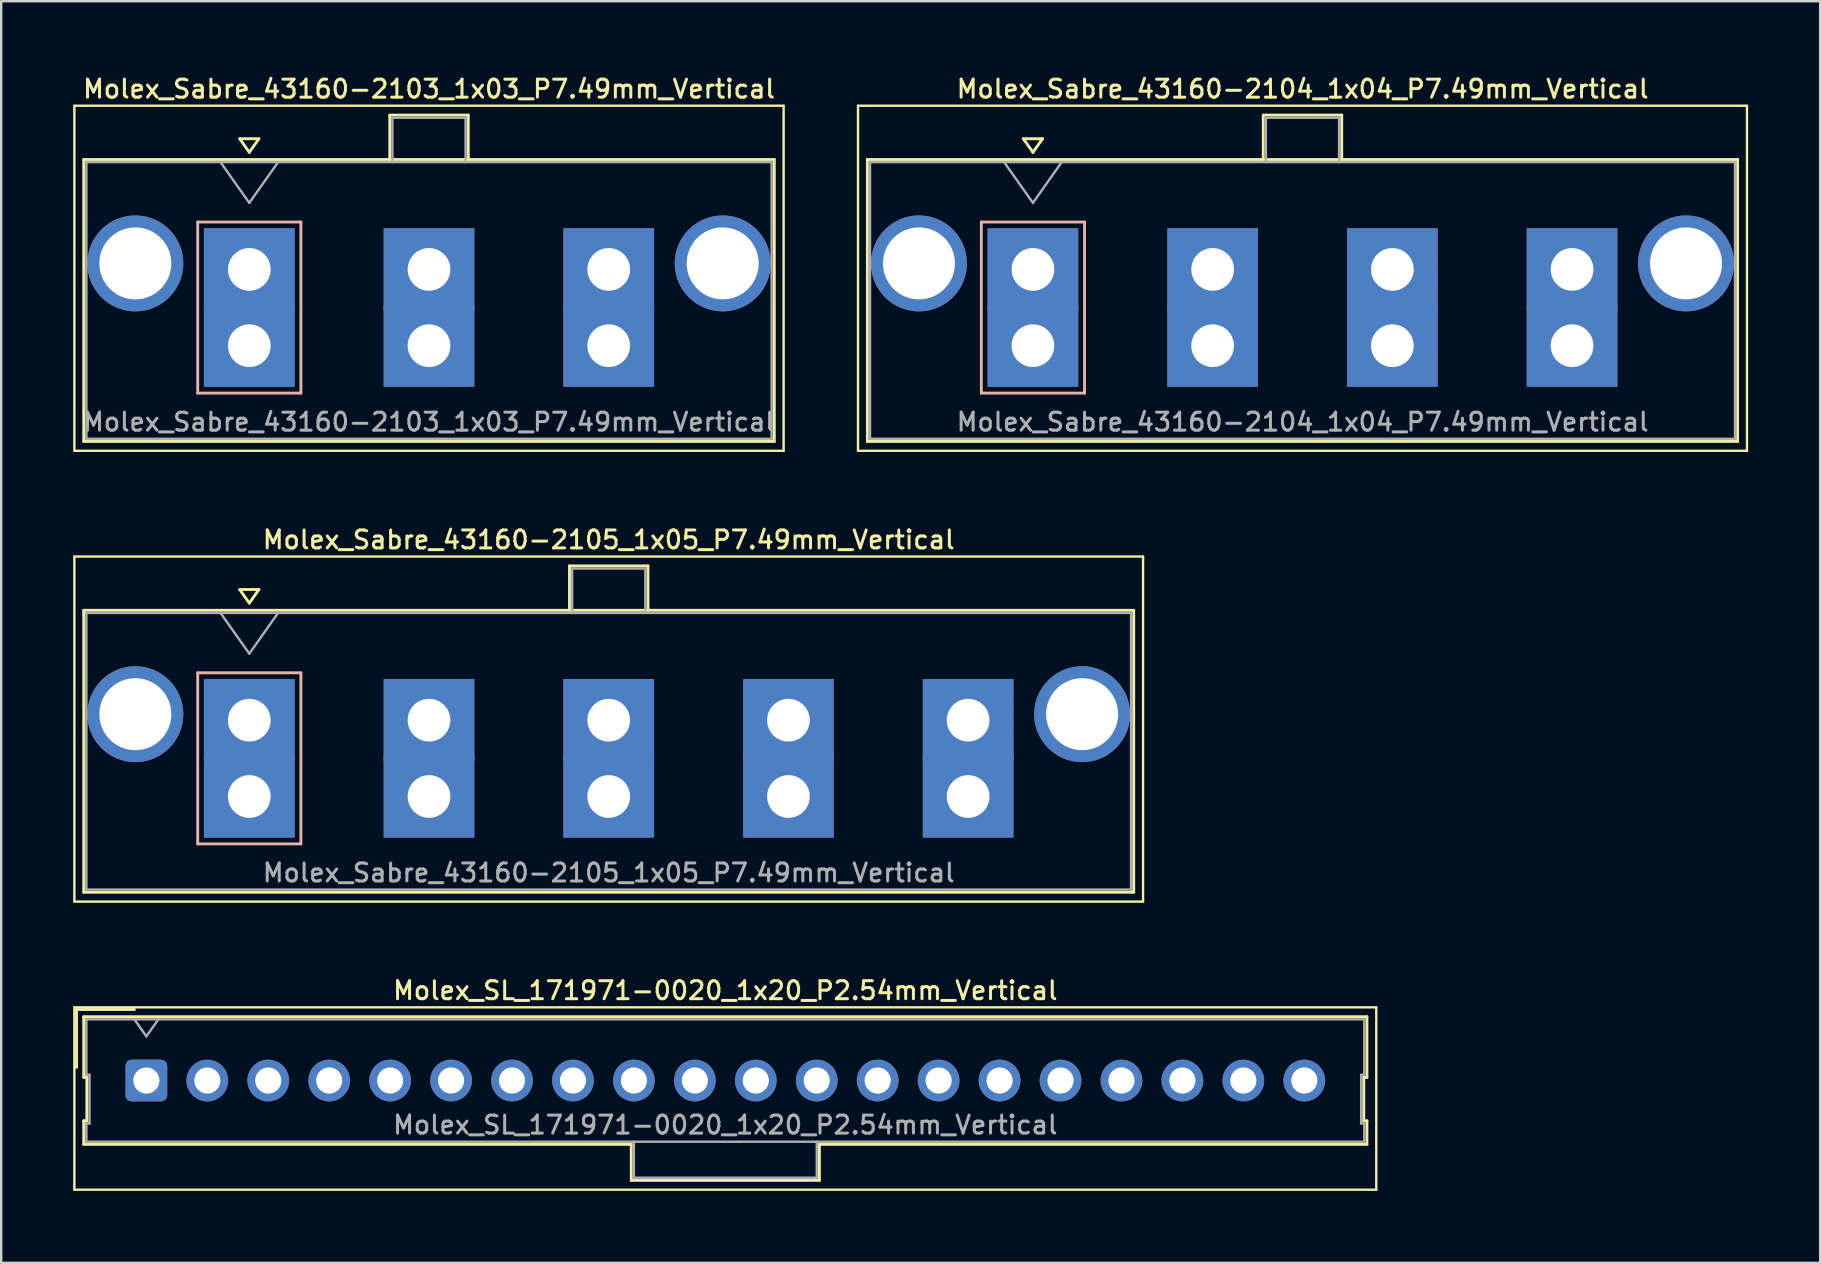
<source format=kicad_pcb>
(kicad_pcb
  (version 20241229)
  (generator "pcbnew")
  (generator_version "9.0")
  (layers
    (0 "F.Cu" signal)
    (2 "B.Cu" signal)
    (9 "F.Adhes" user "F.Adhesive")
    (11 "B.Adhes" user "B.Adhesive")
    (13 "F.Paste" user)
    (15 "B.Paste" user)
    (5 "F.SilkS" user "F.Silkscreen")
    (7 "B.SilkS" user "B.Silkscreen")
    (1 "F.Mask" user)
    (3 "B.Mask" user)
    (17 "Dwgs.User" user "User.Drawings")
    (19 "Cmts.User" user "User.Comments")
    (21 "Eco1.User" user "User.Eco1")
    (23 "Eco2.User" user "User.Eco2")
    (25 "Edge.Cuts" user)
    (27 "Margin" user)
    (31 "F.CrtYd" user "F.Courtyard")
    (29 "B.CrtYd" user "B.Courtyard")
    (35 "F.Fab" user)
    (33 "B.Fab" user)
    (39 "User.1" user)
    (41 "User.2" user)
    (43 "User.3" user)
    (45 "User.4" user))
  (footprint "Molex_Sabre_43160-2104_1x04_P7.49mm_Vertical"
    (layer "F.Cu")
    (at 40 11.358)
    (property "Reference" "Molex_Sabre_43160-2104_1x04_P7.49mm_Vertical" (at 11.24 -10.7 0) (layer "F.SilkS") (effects (font (size 0.75 0.75) (thickness 0.125))))
    (attr through_hole)
    (fp_line (start -7.29 -10) (end -7.29 4.38) (stroke (width 0.1) (type solid)) (layer "F.SilkS"))
    (fp_line (start -7.29 4.38) (end 29.76 4.38) (stroke (width 0.1) (type solid)) (layer "F.SilkS"))
    (fp_line (start -6.9 -7.76) (end -6.9 3.99) (stroke (width 0.12) (type solid)) (layer "F.SilkS"))
    (fp_line (start -6.9 3.99) (end 29.37 3.99) (stroke (width 0.12) (type solid)) (layer "F.SilkS"))
    (fp_line (start -0.4 -8.626) (end 0 -8.06) (stroke (width 0.12) (type solid)) (layer "F.SilkS"))
    (fp_line (start 0 -8.06) (end 0.4 -8.626) (stroke (width 0.12) (type solid)) (layer "F.SilkS"))
    (fp_line (start 0.4 -8.626) (end -0.4 -8.626) (stroke (width 0.12) (type solid)) (layer "F.SilkS"))
    (fp_line (start 9.6 -9.61) (end 12.87 -9.61) (stroke (width 0.12) (type solid)) (layer "F.SilkS"))
    (fp_line (start 9.6 -7.76) (end 9.6 -9.61) (stroke (width 0.12) (type solid)) (layer "F.SilkS"))
    (fp_line (start 12.87 -9.61) (end 12.87 -7.76) (stroke (width 0.12) (type solid)) (layer "F.SilkS"))
    (fp_line (start 29.37 -7.76) (end -6.9 -7.76) (stroke (width 0.12) (type solid)) (layer "F.SilkS"))
    (fp_line (start 29.37 3.99) (end 29.37 -7.76) (stroke (width 0.12) (type solid)) (layer "F.SilkS"))
    (fp_line (start 29.76 -10) (end -7.29 -10) (stroke (width 0.1) (type solid)) (layer "F.SilkS"))
    (fp_line (start 29.76 4.38) (end 29.76 -10) (stroke (width 0.1) (type solid)) (layer "F.SilkS"))
    (fp_line (start -2.15 -5.155) (end -2.15 1.975) (stroke (width 0.12) (type solid)) (layer "B.SilkS"))
    (fp_line (start -2.15 1.975) (end 2.15 1.975) (stroke (width 0.12) (type solid)) (layer "B.SilkS"))
    (fp_line (start 2.15 -5.155) (end -2.15 -5.155) (stroke (width 0.12) (type solid)) (layer "B.SilkS"))
    (fp_line (start 2.15 1.975) (end 2.15 -5.155) (stroke (width 0.12) (type solid)) (layer "B.SilkS"))
    (fp_line (start -6.79 -7.65) (end -6.79 3.88) (stroke (width 0.1) (type solid)) (layer "F.Fab"))
    (fp_line (start -6.79 3.88) (end 29.26 3.88) (stroke (width 0.1) (type solid)) (layer "F.Fab"))
    (fp_line (start -1.2 -7.65) (end 0 -5.953) (stroke (width 0.1) (type solid)) (layer "F.Fab"))
    (fp_line (start 0 -5.953) (end 1.2 -7.65) (stroke (width 0.1) (type solid)) (layer "F.Fab"))
    (fp_line (start 9.71 -9.5) (end 12.76 -9.5) (stroke (width 0.1) (type solid)) (layer "F.Fab"))
    (fp_line (start 9.71 -7.65) (end 9.71 -9.5) (stroke (width 0.1) (type solid)) (layer "F.Fab"))
    (fp_line (start 12.76 -9.5) (end 12.76 -7.65) (stroke (width 0.1) (type solid)) (layer "F.Fab"))
    (fp_line (start 29.26 -7.65) (end -6.79 -7.65) (stroke (width 0.1) (type solid)) (layer "F.Fab"))
    (fp_line (start 29.26 3.88) (end 29.26 -7.65) (stroke (width 0.1) (type solid)) (layer "F.Fab"))
    (fp_text user "${REFERENCE}" (at 11.24 3.18 0) (layer "F.Fab") (effects (font (size 0.75 0.75) (thickness 0.125))))
    (pad "" thru_hole circle (at -4.75 -3.43) (size 4 4) (drill 3) (layers "*.Cu" "*.Mask"))
    (pad "" thru_hole circle (at 27.22 -3.43) (size 4 4) (drill 3) (layers "*.Cu" "*.Mask"))
    (pad "1" thru_hole rect (at 0 -3.18) (size 3.78 3.43) (drill 1.78) (layers "*.Cu" "*.Mask"))
    (pad "1" thru_hole rect (at 0 0) (size 3.78 3.43) (drill 1.78) (layers "*.Cu" "*.Mask"))
    (pad "2" thru_hole rect (at 7.49 -3.18) (size 3.78 3.43) (drill 1.78) (layers "*.Cu" "*.Mask"))
    (pad "2" thru_hole rect (at 7.49 0) (size 3.78 3.43) (drill 1.78) (layers "*.Cu" "*.Mask"))
    (pad "3" thru_hole rect (at 14.98 -3.18) (size 3.78 3.43) (drill 1.78) (layers "*.Cu" "*.Mask"))
    (pad "3" thru_hole rect (at 14.98 0) (size 3.78 3.43) (drill 1.78) (layers "*.Cu" "*.Mask"))
    (pad "4" thru_hole rect (at 22.47 -3.18) (size 3.78 3.43) (drill 1.78) (layers "*.Cu" "*.Mask"))
    (pad "4" thru_hole rect (at 22.47 0) (size 3.78 3.43) (drill 1.78) (layers "*.Cu" "*.Mask")))
  (footprint "Molex_Sabre_43160-2105_1x05_P7.49mm_Vertical"
    (layer "F.Cu")
    (at 7.34 30.146)
    (property "Reference" "Molex_Sabre_43160-2105_1x05_P7.49mm_Vertical" (at 14.98 -10.7 0) (layer "F.SilkS") (effects (font (size 0.75 0.75) (thickness 0.125))))
    (attr through_hole)
    (fp_line (start -7.29 -10) (end -7.29 4.38) (stroke (width 0.1) (type solid)) (layer "F.SilkS"))
    (fp_line (start -7.29 4.38) (end 37.25 4.38) (stroke (width 0.1) (type solid)) (layer "F.SilkS"))
    (fp_line (start -6.9 -7.76) (end -6.9 3.99) (stroke (width 0.12) (type solid)) (layer "F.SilkS"))
    (fp_line (start -6.9 3.99) (end 36.86 3.99) (stroke (width 0.12) (type solid)) (layer "F.SilkS"))
    (fp_line (start -0.4 -8.626) (end 0 -8.06) (stroke (width 0.12) (type solid)) (layer "F.SilkS"))
    (fp_line (start 0 -8.06) (end 0.4 -8.626) (stroke (width 0.12) (type solid)) (layer "F.SilkS"))
    (fp_line (start 0.4 -8.626) (end -0.4 -8.626) (stroke (width 0.12) (type solid)) (layer "F.SilkS"))
    (fp_line (start 13.345 -9.61) (end 16.615 -9.61) (stroke (width 0.12) (type solid)) (layer "F.SilkS"))
    (fp_line (start 13.345 -7.76) (end 13.345 -9.61) (stroke (width 0.12) (type solid)) (layer "F.SilkS"))
    (fp_line (start 16.615 -9.61) (end 16.615 -7.76) (stroke (width 0.12) (type solid)) (layer "F.SilkS"))
    (fp_line (start 36.86 -7.76) (end -6.9 -7.76) (stroke (width 0.12) (type solid)) (layer "F.SilkS"))
    (fp_line (start 36.86 3.99) (end 36.86 -7.76) (stroke (width 0.12) (type solid)) (layer "F.SilkS"))
    (fp_line (start 37.25 -10) (end -7.29 -10) (stroke (width 0.1) (type solid)) (layer "F.SilkS"))
    (fp_line (start 37.25 4.38) (end 37.25 -10) (stroke (width 0.1) (type solid)) (layer "F.SilkS"))
    (fp_line (start -2.15 -5.155) (end -2.15 1.975) (stroke (width 0.12) (type solid)) (layer "B.SilkS"))
    (fp_line (start -2.15 1.975) (end 2.15 1.975) (stroke (width 0.12) (type solid)) (layer "B.SilkS"))
    (fp_line (start 2.15 -5.155) (end -2.15 -5.155) (stroke (width 0.12) (type solid)) (layer "B.SilkS"))
    (fp_line (start 2.15 1.975) (end 2.15 -5.155) (stroke (width 0.12) (type solid)) (layer "B.SilkS"))
    (fp_line (start -6.79 -7.65) (end -6.79 3.88) (stroke (width 0.1) (type solid)) (layer "F.Fab"))
    (fp_line (start -6.79 3.88) (end 36.75 3.88) (stroke (width 0.1) (type solid)) (layer "F.Fab"))
    (fp_line (start -1.2 -7.65) (end 0 -5.953) (stroke (width 0.1) (type solid)) (layer "F.Fab"))
    (fp_line (start 0 -5.953) (end 1.2 -7.65) (stroke (width 0.1) (type solid)) (layer "F.Fab"))
    (fp_line (start 13.455 -9.5) (end 16.505 -9.5) (stroke (width 0.1) (type solid)) (layer "F.Fab"))
    (fp_line (start 13.455 -7.65) (end 13.455 -9.5) (stroke (width 0.1) (type solid)) (layer "F.Fab"))
    (fp_line (start 16.505 -9.5) (end 16.505 -7.65) (stroke (width 0.1) (type solid)) (layer "F.Fab"))
    (fp_line (start 36.75 -7.65) (end -6.79 -7.65) (stroke (width 0.1) (type solid)) (layer "F.Fab"))
    (fp_line (start 36.75 3.88) (end 36.75 -7.65) (stroke (width 0.1) (type solid)) (layer "F.Fab"))
    (fp_text user "${REFERENCE}" (at 14.98 3.18 0) (layer "F.Fab") (effects (font (size 0.75 0.75) (thickness 0.125))))
    (pad "" thru_hole circle (at -4.75 -3.43) (size 4 4) (drill 3) (layers "*.Cu" "*.Mask"))
    (pad "" thru_hole circle (at 34.71 -3.43) (size 4 4) (drill 3) (layers "*.Cu" "*.Mask"))
    (pad "1" thru_hole rect (at 0 -3.18) (size 3.78 3.43) (drill 1.78) (layers "*.Cu" "*.Mask"))
    (pad "1" thru_hole rect (at 0 0) (size 3.78 3.43) (drill 1.78) (layers "*.Cu" "*.Mask"))
    (pad "2" thru_hole rect (at 7.49 -3.18) (size 3.78 3.43) (drill 1.78) (layers "*.Cu" "*.Mask"))
    (pad "2" thru_hole rect (at 7.49 0) (size 3.78 3.43) (drill 1.78) (layers "*.Cu" "*.Mask"))
    (pad "3" thru_hole rect (at 14.98 -3.18) (size 3.78 3.43) (drill 1.78) (layers "*.Cu" "*.Mask"))
    (pad "3" thru_hole rect (at 14.98 0) (size 3.78 3.43) (drill 1.78) (layers "*.Cu" "*.Mask"))
    (pad "4" thru_hole rect (at 22.47 -3.18) (size 3.78 3.43) (drill 1.78) (layers "*.Cu" "*.Mask"))
    (pad "4" thru_hole rect (at 22.47 0) (size 3.78 3.43) (drill 1.78) (layers "*.Cu" "*.Mask"))
    (pad "5" thru_hole rect (at 29.96 -3.18) (size 3.78 3.43) (drill 1.78) (layers "*.Cu" "*.Mask"))
    (pad "5" thru_hole rect (at 29.96 0) (size 3.78 3.43) (drill 1.78) (layers "*.Cu" "*.Mask")))
  (footprint "Molex_SL_171971-0020_1x20_P2.54mm_Vertical"
    (layer "F.Cu")
    (at 3.05 41.984)
    (property "Reference" "Molex_SL_171971-0020_1x20_P2.54mm_Vertical" (at 24.13 -3.75 0) (layer "F.SilkS") (effects (font (size 0.75 0.75) (thickness 0.125))))
    (attr through_hole)
    (fp_line (start -3 -3.05) (end -3 4.55) (stroke (width 0.1) (type solid)) (layer "F.SilkS"))
    (fp_line (start -3 4.55) (end 51.26 4.55) (stroke (width 0.1) (type solid)) (layer "F.SilkS"))
    (fp_line (start -2.91 -2.96) (end -0.5 -2.96) (stroke (width 0.12) (type solid)) (layer "F.SilkS"))
    (fp_line (start -2.91 -0.55) (end -2.91 -2.96) (stroke (width 0.12) (type solid)) (layer "F.SilkS"))
    (fp_line (start -2.61 -2.66) (end -2.61 -0.13) (stroke (width 0.12) (type solid)) (layer "F.SilkS"))
    (fp_line (start -2.61 -0.13) (end -2.48 -0.13) (stroke (width 0.12) (type solid)) (layer "F.SilkS"))
    (fp_line (start -2.61 1.68) (end -2.61 2.66) (stroke (width 0.12) (type solid)) (layer "F.SilkS"))
    (fp_line (start -2.61 2.66) (end 20.21 2.66) (stroke (width 0.12) (type solid)) (layer "F.SilkS"))
    (fp_line (start -2.48 -0.13) (end -2.48 1.68) (stroke (width 0.12) (type solid)) (layer "F.SilkS"))
    (fp_line (start -2.48 1.68) (end -2.61 1.68) (stroke (width 0.12) (type solid)) (layer "F.SilkS"))
    (fp_line (start 20.21 2.66) (end 20.21 4.16) (stroke (width 0.12) (type solid)) (layer "F.SilkS"))
    (fp_line (start 20.21 4.16) (end 28.05 4.16) (stroke (width 0.12) (type solid)) (layer "F.SilkS"))
    (fp_line (start 28.05 2.66) (end 50.87 2.66) (stroke (width 0.12) (type solid)) (layer "F.SilkS"))
    (fp_line (start 28.05 4.16) (end 28.05 2.66) (stroke (width 0.12) (type solid)) (layer "F.SilkS"))
    (fp_line (start 50.74 -0.13) (end 50.87 -0.13) (stroke (width 0.12) (type solid)) (layer "F.SilkS"))
    (fp_line (start 50.74 1.68) (end 50.74 -0.13) (stroke (width 0.12) (type solid)) (layer "F.SilkS"))
    (fp_line (start 50.87 -2.66) (end -2.61 -2.66) (stroke (width 0.12) (type solid)) (layer "F.SilkS"))
    (fp_line (start 50.87 -0.13) (end 50.87 -2.66) (stroke (width 0.12) (type solid)) (layer "F.SilkS"))
    (fp_line (start 50.87 1.68) (end 50.74 1.68) (stroke (width 0.12) (type solid)) (layer "F.SilkS"))
    (fp_line (start 50.87 2.66) (end 50.87 1.68) (stroke (width 0.12) (type solid)) (layer "F.SilkS"))
    (fp_line (start 51.26 -3.05) (end -3 -3.05) (stroke (width 0.1) (type solid)) (layer "F.SilkS"))
    (fp_line (start 51.26 4.55) (end 51.26 -3.05) (stroke (width 0.1) (type solid)) (layer "F.SilkS"))
    (fp_line (start -2.5 -2.55) (end -2.5 -0.24) (stroke (width 0.1) (type solid)) (layer "F.Fab"))
    (fp_line (start -2.5 -0.24) (end -2.37 -0.24) (stroke (width 0.1) (type solid)) (layer "F.Fab"))
    (fp_line (start -2.5 1.79) (end -2.5 2.55) (stroke (width 0.1) (type solid)) (layer "F.Fab"))
    (fp_line (start -2.5 2.55) (end 50.76 2.55) (stroke (width 0.1) (type solid)) (layer "F.Fab"))
    (fp_line (start -2.37 -0.24) (end -2.37 1.79) (stroke (width 0.1) (type solid)) (layer "F.Fab"))
    (fp_line (start -2.37 1.79) (end -2.5 1.79) (stroke (width 0.1) (type solid)) (layer "F.Fab"))
    (fp_line (start 0 -1.843) (end -0.5 -2.55) (stroke (width 0.1) (type solid)) (layer "F.Fab"))
    (fp_line (start 0.5 -2.55) (end 0 -1.843) (stroke (width 0.1) (type solid)) (layer "F.Fab"))
    (fp_line (start 20.32 2.55) (end 20.32 4.05) (stroke (width 0.1) (type solid)) (layer "F.Fab"))
    (fp_line (start 20.32 4.05) (end 27.94 4.05) (stroke (width 0.1) (type solid)) (layer "F.Fab"))
    (fp_line (start 27.94 4.05) (end 27.94 2.55) (stroke (width 0.1) (type solid)) (layer "F.Fab"))
    (fp_line (start 50.63 -0.24) (end 50.76 -0.24) (stroke (width 0.1) (type solid)) (layer "F.Fab"))
    (fp_line (start 50.63 1.79) (end 50.63 -0.24) (stroke (width 0.1) (type solid)) (layer "F.Fab"))
    (fp_line (start 50.76 -2.55) (end -2.5 -2.55) (stroke (width 0.1) (type solid)) (layer "F.Fab"))
    (fp_line (start 50.76 -0.24) (end 50.76 -2.55) (stroke (width 0.1) (type solid)) (layer "F.Fab"))
    (fp_line (start 50.76 1.79) (end 50.63 1.79) (stroke (width 0.1) (type solid)) (layer "F.Fab"))
    (fp_line (start 50.76 2.55) (end 50.76 1.79) (stroke (width 0.1) (type solid)) (layer "F.Fab"))
    (fp_text user "${REFERENCE}" (at 24.13 1.85 0) (layer "F.Fab") (effects (font (size 0.75 0.75) (thickness 0.125))))
    (pad "1" thru_hole roundrect (at 0 0) (size 1.74 1.74) (drill 1.09) (layers "*.Cu" "*.Mask") (roundrect_rratio 0.144))
    (pad "2" thru_hole circle (at 2.54 0) (size 1.74 1.74) (drill 1.09) (layers "*.Cu" "*.Mask"))
    (pad "3" thru_hole circle (at 5.08 0) (size 1.74 1.74) (drill 1.09) (layers "*.Cu" "*.Mask"))
    (pad "4" thru_hole circle (at 7.62 0) (size 1.74 1.74) (drill 1.09) (layers "*.Cu" "*.Mask"))
    (pad "5" thru_hole circle (at 10.16 0) (size 1.74 1.74) (drill 1.09) (layers "*.Cu" "*.Mask"))
    (pad "6" thru_hole circle (at 12.7 0) (size 1.74 1.74) (drill 1.09) (layers "*.Cu" "*.Mask"))
    (pad "7" thru_hole circle (at 15.24 0) (size 1.74 1.74) (drill 1.09) (layers "*.Cu" "*.Mask"))
    (pad "8" thru_hole circle (at 17.78 0) (size 1.74 1.74) (drill 1.09) (layers "*.Cu" "*.Mask"))
    (pad "9" thru_hole circle (at 20.32 0) (size 1.74 1.74) (drill 1.09) (layers "*.Cu" "*.Mask"))
    (pad "10" thru_hole circle (at 22.86 0) (size 1.74 1.74) (drill 1.09) (layers "*.Cu" "*.Mask"))
    (pad "11" thru_hole circle (at 25.4 0) (size 1.74 1.74) (drill 1.09) (layers "*.Cu" "*.Mask"))
    (pad "12" thru_hole circle (at 27.94 0) (size 1.74 1.74) (drill 1.09) (layers "*.Cu" "*.Mask"))
    (pad "13" thru_hole circle (at 30.48 0) (size 1.74 1.74) (drill 1.09) (layers "*.Cu" "*.Mask"))
    (pad "14" thru_hole circle (at 33.02 0) (size 1.74 1.74) (drill 1.09) (layers "*.Cu" "*.Mask"))
    (pad "15" thru_hole circle (at 35.56 0) (size 1.74 1.74) (drill 1.09) (layers "*.Cu" "*.Mask"))
    (pad "16" thru_hole circle (at 38.1 0) (size 1.74 1.74) (drill 1.09) (layers "*.Cu" "*.Mask"))
    (pad "17" thru_hole circle (at 40.64 0) (size 1.74 1.74) (drill 1.09) (layers "*.Cu" "*.Mask"))
    (pad "18" thru_hole circle (at 43.18 0) (size 1.74 1.74) (drill 1.09) (layers "*.Cu" "*.Mask"))
    (pad "19" thru_hole circle (at 45.72 0) (size 1.74 1.74) (drill 1.09) (layers "*.Cu" "*.Mask"))
    (pad "20" thru_hole circle (at 48.26 0) (size 1.74 1.74) (drill 1.09) (layers "*.Cu" "*.Mask")))
  (footprint "Molex_Sabre_43160-2103_1x03_P7.49mm_Vertical"
    (layer "F.Cu")
    (at 7.34 11.358)
    (property "Reference" "Molex_Sabre_43160-2103_1x03_P7.49mm_Vertical" (at 7.49 -10.7 0) (layer "F.SilkS") (effects (font (size 0.75 0.75) (thickness 0.125))))
    (attr through_hole)
    (fp_line (start -7.29 -10) (end -7.29 4.38) (stroke (width 0.1) (type solid)) (layer "F.SilkS"))
    (fp_line (start -7.29 4.38) (end 22.27 4.38) (stroke (width 0.1) (type solid)) (layer "F.SilkS"))
    (fp_line (start -6.9 -7.76) (end -6.9 3.99) (stroke (width 0.12) (type solid)) (layer "F.SilkS"))
    (fp_line (start -6.9 3.99) (end 21.88 3.99) (stroke (width 0.12) (type solid)) (layer "F.SilkS"))
    (fp_line (start -0.4 -8.626) (end 0 -8.06) (stroke (width 0.12) (type solid)) (layer "F.SilkS"))
    (fp_line (start 0 -8.06) (end 0.4 -8.626) (stroke (width 0.12) (type solid)) (layer "F.SilkS"))
    (fp_line (start 0.4 -8.626) (end -0.4 -8.626) (stroke (width 0.12) (type solid)) (layer "F.SilkS"))
    (fp_line (start 5.855 -9.61) (end 9.125 -9.61) (stroke (width 0.12) (type solid)) (layer "F.SilkS"))
    (fp_line (start 5.855 -7.76) (end 5.855 -9.61) (stroke (width 0.12) (type solid)) (layer "F.SilkS"))
    (fp_line (start 9.125 -9.61) (end 9.125 -7.76) (stroke (width 0.12) (type solid)) (layer "F.SilkS"))
    (fp_line (start 21.88 -7.76) (end -6.9 -7.76) (stroke (width 0.12) (type solid)) (layer "F.SilkS"))
    (fp_line (start 21.88 3.99) (end 21.88 -7.76) (stroke (width 0.12) (type solid)) (layer "F.SilkS"))
    (fp_line (start 22.27 -10) (end -7.29 -10) (stroke (width 0.1) (type solid)) (layer "F.SilkS"))
    (fp_line (start 22.27 4.38) (end 22.27 -10) (stroke (width 0.1) (type solid)) (layer "F.SilkS"))
    (fp_line (start -2.15 -5.155) (end -2.15 1.975) (stroke (width 0.12) (type solid)) (layer "B.SilkS"))
    (fp_line (start -2.15 1.975) (end 2.15 1.975) (stroke (width 0.12) (type solid)) (layer "B.SilkS"))
    (fp_line (start 2.15 -5.155) (end -2.15 -5.155) (stroke (width 0.12) (type solid)) (layer "B.SilkS"))
    (fp_line (start 2.15 1.975) (end 2.15 -5.155) (stroke (width 0.12) (type solid)) (layer "B.SilkS"))
    (fp_line (start -6.79 -7.65) (end -6.79 3.88) (stroke (width 0.1) (type solid)) (layer "F.Fab"))
    (fp_line (start -6.79 3.88) (end 21.77 3.88) (stroke (width 0.1) (type solid)) (layer "F.Fab"))
    (fp_line (start -1.2 -7.65) (end 0 -5.953) (stroke (width 0.1) (type solid)) (layer "F.Fab"))
    (fp_line (start 0 -5.953) (end 1.2 -7.65) (stroke (width 0.1) (type solid)) (layer "F.Fab"))
    (fp_line (start 5.965 -9.5) (end 9.015 -9.5) (stroke (width 0.1) (type solid)) (layer "F.Fab"))
    (fp_line (start 5.965 -7.65) (end 5.965 -9.5) (stroke (width 0.1) (type solid)) (layer "F.Fab"))
    (fp_line (start 9.015 -9.5) (end 9.015 -7.65) (stroke (width 0.1) (type solid)) (layer "F.Fab"))
    (fp_line (start 21.77 -7.65) (end -6.79 -7.65) (stroke (width 0.1) (type solid)) (layer "F.Fab"))
    (fp_line (start 21.77 3.88) (end 21.77 -7.65) (stroke (width 0.1) (type solid)) (layer "F.Fab"))
    (fp_text user "${REFERENCE}" (at 7.49 3.18 0) (layer "F.Fab") (effects (font (size 0.75 0.75) (thickness 0.125))))
    (pad "" thru_hole circle (at -4.75 -3.43) (size 4 4) (drill 3) (layers "*.Cu" "*.Mask"))
    (pad "" thru_hole circle (at 19.73 -3.43) (size 4 4) (drill 3) (layers "*.Cu" "*.Mask"))
    (pad "1" thru_hole rect (at 0 -3.18) (size 3.78 3.43) (drill 1.78) (layers "*.Cu" "*.Mask"))
    (pad "1" thru_hole rect (at 0 0) (size 3.78 3.43) (drill 1.78) (layers "*.Cu" "*.Mask"))
    (pad "2" thru_hole rect (at 7.49 -3.18) (size 3.78 3.43) (drill 1.78) (layers "*.Cu" "*.Mask"))
    (pad "2" thru_hole rect (at 7.49 0) (size 3.78 3.43) (drill 1.78) (layers "*.Cu" "*.Mask"))
    (pad "3" thru_hole rect (at 14.98 -3.18) (size 3.78 3.43) (drill 1.78) (layers "*.Cu" "*.Mask"))
    (pad "3" thru_hole rect (at 14.98 0) (size 3.78 3.43) (drill 1.78) (layers "*.Cu" "*.Mask")))
  (gr_rect
    (start -3 -3)
    (end 72.81 49.584)
    (stroke (width 0.1) (type default))
    (fill no)
    (layer "Edge.Cuts")))
</source>
